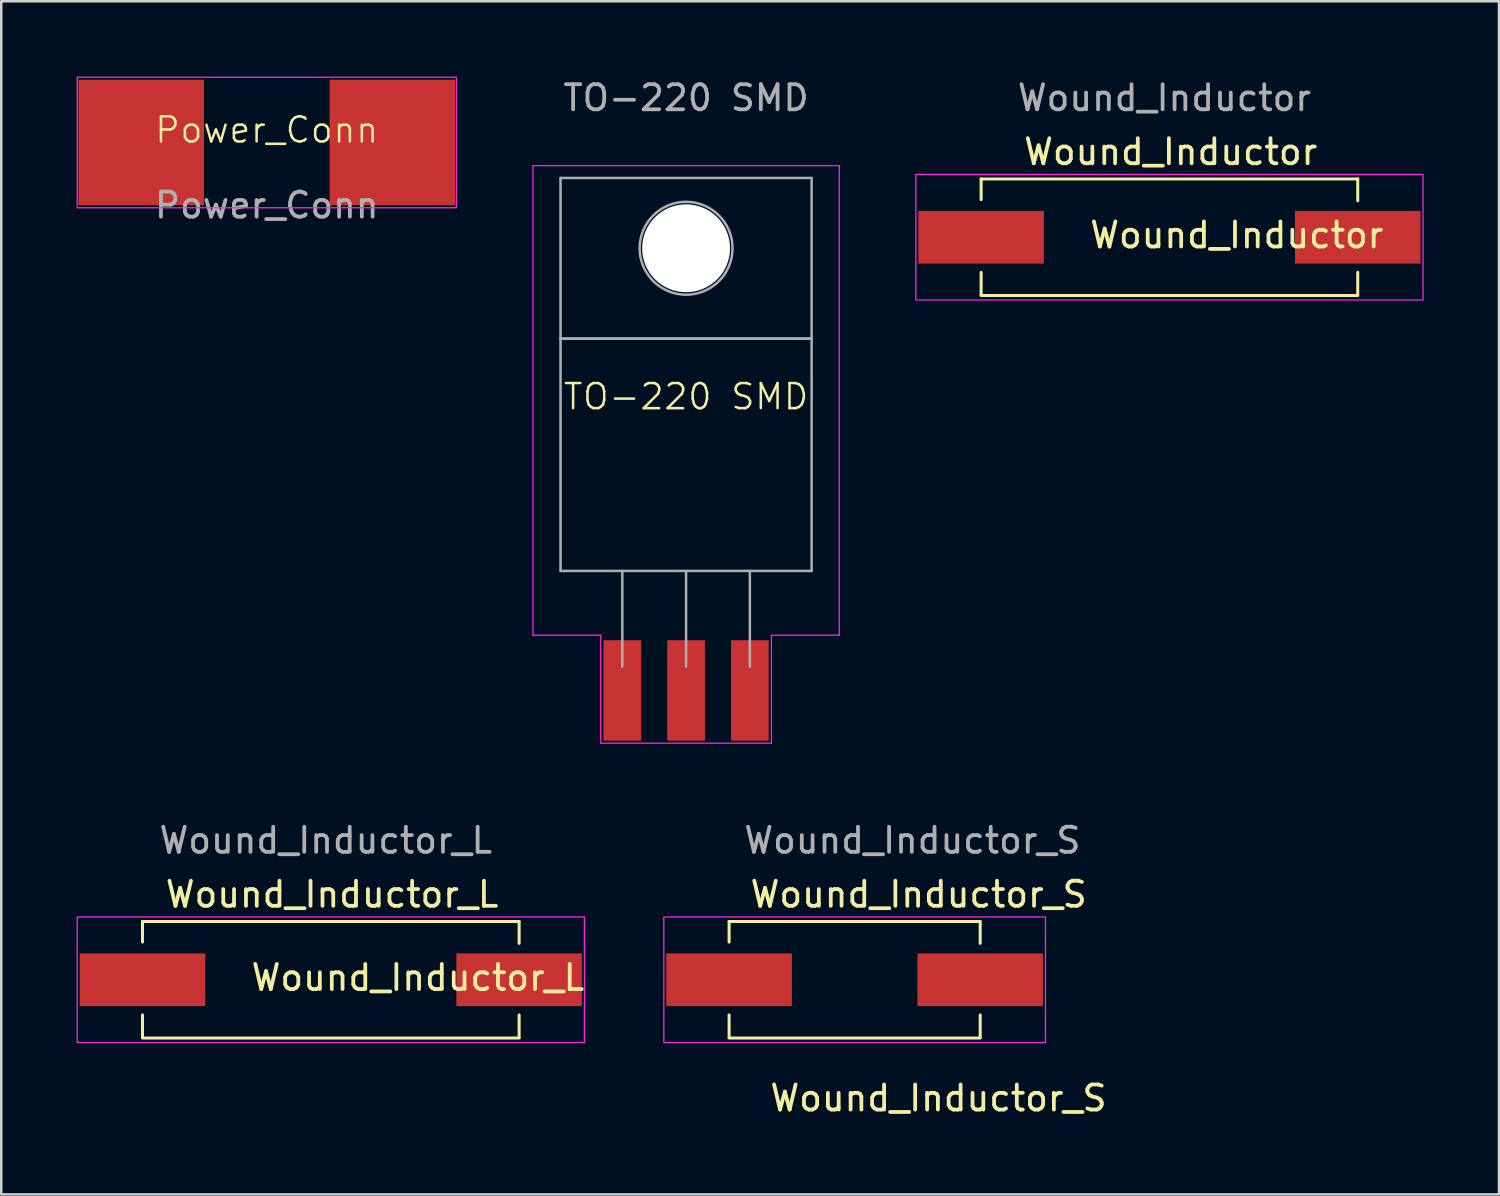
<source format=kicad_pcb>
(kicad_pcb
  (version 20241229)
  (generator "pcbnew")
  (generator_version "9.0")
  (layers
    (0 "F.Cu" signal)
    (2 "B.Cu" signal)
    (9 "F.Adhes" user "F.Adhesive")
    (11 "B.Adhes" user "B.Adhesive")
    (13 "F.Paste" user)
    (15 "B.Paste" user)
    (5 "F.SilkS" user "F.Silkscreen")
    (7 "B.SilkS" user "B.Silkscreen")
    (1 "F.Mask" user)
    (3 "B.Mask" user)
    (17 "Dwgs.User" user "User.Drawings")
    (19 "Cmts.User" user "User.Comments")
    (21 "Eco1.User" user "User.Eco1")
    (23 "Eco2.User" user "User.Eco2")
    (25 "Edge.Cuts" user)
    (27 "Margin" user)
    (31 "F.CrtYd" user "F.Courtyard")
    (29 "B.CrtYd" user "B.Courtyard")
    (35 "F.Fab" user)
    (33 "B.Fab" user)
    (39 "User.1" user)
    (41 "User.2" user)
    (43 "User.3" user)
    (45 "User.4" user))
  (footprint "TO-220 SMD"
    (layer "F.Cu")
    (at 24.275 13.248)
    (property "Reference" "TO-220 SMD" (at 0 -0.5 0) (unlocked yes) (layer "F.SilkS") (effects (font (size 1 1) (thickness 0.1))))
    (attr smd)
    (fp_line (start -6.1 -9.7) (end 6.1 -9.7) (stroke (width 0.05) (type default)) (layer "F.CrtYd"))
    (fp_line (start -6.1 9) (end -6.1 -9.7) (stroke (width 0.05) (type default)) (layer "F.CrtYd"))
    (fp_line (start -3.4 9) (end -6.1 9) (stroke (width 0.05) (type default)) (layer "F.CrtYd"))
    (fp_line (start -3.4 13.3) (end -3.4 9) (stroke (width 0.05) (type default)) (layer "F.CrtYd"))
    (fp_line (start 3.4 9) (end 3.4 13.3) (stroke (width 0.05) (type default)) (layer "F.CrtYd"))
    (fp_line (start 3.4 13.3) (end -3.4 13.3) (stroke (width 0.05) (type default)) (layer "F.CrtYd"))
    (fp_line (start 6.1 -9.7) (end 6.1 9) (stroke (width 0.05) (type default)) (layer "F.CrtYd"))
    (fp_line (start 6.1 9) (end 3.4 9) (stroke (width 0.05) (type default)) (layer "F.CrtYd"))
    (fp_line (start -5 -9.21) (end 5 -9.21) (stroke (width 0.1) (type solid)) (layer "F.Fab"))
    (fp_line (start -5 -2.81) (end -5 -9.21) (stroke (width 0.1) (type solid)) (layer "F.Fab"))
    (fp_line (start -5 -2.81) (end 5 -2.81) (stroke (width 0.1) (type solid)) (layer "F.Fab"))
    (fp_line (start -5 6.44) (end -5 -2.81) (stroke (width 0.1) (type solid)) (layer "F.Fab"))
    (fp_line (start -2.54 6.44) (end -2.54 10.25) (stroke (width 0.1) (type solid)) (layer "F.Fab"))
    (fp_line (start 0 6.44) (end 0 10.25) (stroke (width 0.1) (type solid)) (layer "F.Fab"))
    (fp_line (start 2.54 6.44) (end 2.54 10.25) (stroke (width 0.1) (type solid)) (layer "F.Fab"))
    (fp_line (start 5 -9.21) (end 5 -2.81) (stroke (width 0.1) (type solid)) (layer "F.Fab"))
    (fp_line (start 5 -2.81) (end -5 -2.81) (stroke (width 0.1) (type solid)) (layer "F.Fab"))
    (fp_line (start 5 -2.81) (end 5 6.44) (stroke (width 0.1) (type solid)) (layer "F.Fab"))
    (fp_line (start 5 6.44) (end -5 6.44) (stroke (width 0.1) (type solid)) (layer "F.Fab"))
    (fp_circle (center 0 -6.41) (end 1.85 -6.41) (stroke (width 0.1) (type solid)) (fill no) (layer "F.Fab"))
    (fp_text user "${REFERENCE}" (at 0 -12.4 0) (layer "F.Fab") (effects (font (size 1 1) (thickness 0.15))))
    (pad "" np_thru_hole oval (at 0 -6.41) (size 3.5 3.5) (drill 3.5) (layers "*.Cu" "*.Mask"))
    (pad "1" smd rect (at -2.54 11.2) (size 1.5 4) (layers "F.Cu" "F.Mask" "F.Paste"))
    (pad "2" smd rect (at 0 11.2) (size 1.5 4) (layers "F.Cu" "F.Mask" "F.Paste"))
    (pad "3" smd rect (at 2.54 11.2) (size 1.5 4) (layers "F.Cu" "F.Mask" "F.Paste")))
  (footprint "Wound_Inductor_L"
    (layer "F.Cu")
    (at 2.625 35.971)
    (property "Reference" "Wound_Inductor_L" (at 7.55 -3.4 0) (layer "F.SilkS") (effects (font (size 1 1) (thickness 0.15))))
    (property "Value" "Wound_Inductor_L" (at 7.8 3.3 0) (layer "F.Fab") (hide yes) (effects (font (size 1 1) (thickness 0.15))))
    (attr through_hole)
    (fp_line (start 0 -2.321) (end 0 -1.5) (stroke (width 0.12) (type solid)) (layer "F.SilkS"))
    (fp_line (start 0 -2.321) (end 15 -2.321) (stroke (width 0.12) (type solid)) (layer "F.SilkS"))
    (fp_line (start 0 1.4) (end 0 2.3) (stroke (width 0.12) (type solid)) (layer "F.SilkS"))
    (fp_line (start 0 2.321) (end 15 2.321) (stroke (width 0.12) (type solid)) (layer "F.SilkS"))
    (fp_line (start 15 -2.321) (end 15 -1.45) (stroke (width 0.12) (type solid)) (layer "F.SilkS"))
    (fp_line (start 15 1.4) (end 15 2.3) (stroke (width 0.12) (type solid)) (layer "F.SilkS"))
    (fp_rect (start -2.6 -2.5) (end 17.6 2.5) (stroke (width 0.05) (type default)) (fill no) (layer "F.CrtYd"))
    (fp_text user "${VALUE}" (at 4.25 0.5 0) (unlocked yes) (layer "F.SilkS") (effects (font (size 1 1) (thickness 0.15)) (justify left bottom)))
    (fp_text user "${REFERENCE}" (at 7.3 -5.55 0) (layer "F.Fab") (effects (font (size 1 1) (thickness 0.15))))
    (pad "1" smd rect (at 0 0) (size 5 2.1) (layers "F.Cu" "F.Mask" "F.Paste"))
    (pad "2" smd rect (at 15 0) (size 5 2.1) (layers "F.Cu" "F.Mask" "F.Paste")))
  (footprint "Wound_Inductor"
    (layer "F.Cu")
    (at 36.025 6.398)
    (property "Reference" "Wound_Inductor" (at 7.55 -3.4 0) (layer "F.SilkS") (effects (font (size 1 1) (thickness 0.15))))
    (property "Value" "Wound_Inductor" (at 7.8 3.3 0) (layer "F.Fab") (hide yes) (effects (font (size 1 1) (thickness 0.15))))
    (attr through_hole)
    (fp_line (start 0 -2.321) (end 0 -1.5) (stroke (width 0.12) (type solid)) (layer "F.SilkS"))
    (fp_line (start 0 -2.321) (end 15 -2.321) (stroke (width 0.12) (type solid)) (layer "F.SilkS"))
    (fp_line (start 0 1.4) (end 0 2.3) (stroke (width 0.12) (type solid)) (layer "F.SilkS"))
    (fp_line (start 0 2.321) (end 15 2.321) (stroke (width 0.12) (type solid)) (layer "F.SilkS"))
    (fp_line (start 15 -2.321) (end 15 -1.45) (stroke (width 0.12) (type solid)) (layer "F.SilkS"))
    (fp_line (start 15 1.4) (end 15 2.3) (stroke (width 0.12) (type solid)) (layer "F.SilkS"))
    (fp_rect (start -2.6 -2.5) (end 17.6 2.5) (stroke (width 0.05) (type default)) (fill no) (layer "F.CrtYd"))
    (fp_text user "${VALUE}" (at 4.25 0.5 0) (unlocked yes) (layer "F.SilkS") (effects (font (size 1 1) (thickness 0.15)) (justify left bottom)))
    (fp_text user "${REFERENCE}" (at 7.3 -5.55 0) (layer "F.Fab") (effects (font (size 1 1) (thickness 0.15))))
    (pad "1" smd rect (at 0 0) (size 5 2.1) (layers "F.Cu" "F.Mask" "F.Paste"))
    (pad "2" smd rect (at 15 0) (size 5 2.1) (layers "F.Cu" "F.Mask" "F.Paste")))
  (footprint "Wound_Inductor_S"
    (layer "F.Cu")
    (at 25.988 35.971)
    (property "Reference" "Wound_Inductor_S" (at 7.55 -3.4 0) (layer "F.SilkS") (effects (font (size 1 1) (thickness 0.15))))
    (property "Value" "Wound_Inductor_S" (at 7.8 3.3 0) (layer "F.Fab") (hide yes) (effects (font (size 1 1) (thickness 0.15))))
    (attr through_hole)
    (fp_line (start 0 -2.321) (end 0 -1.5) (stroke (width 0.12) (type solid)) (layer "F.SilkS"))
    (fp_line (start 0 -2.321) (end 10 -2.321) (stroke (width 0.12) (type solid)) (layer "F.SilkS"))
    (fp_line (start 0 1.4) (end 0 2.3) (stroke (width 0.12) (type solid)) (layer "F.SilkS"))
    (fp_line (start 0 2.321) (end 10 2.321) (stroke (width 0.12) (type solid)) (layer "F.SilkS"))
    (fp_line (start 10 -2.321) (end 10 -1.45) (stroke (width 0.12) (type solid)) (layer "F.SilkS"))
    (fp_line (start 10 1.4) (end 10 2.3) (stroke (width 0.12) (type solid)) (layer "F.SilkS"))
    (fp_rect (start -2.6 -2.5) (end 12.6 2.5) (stroke (width 0.05) (type default)) (fill no) (layer "F.CrtYd"))
    (fp_text user "${VALUE}" (at 1.55 5.3 0) (unlocked yes) (layer "F.SilkS") (effects (font (size 1 1) (thickness 0.15)) (justify left bottom)))
    (fp_text user "${REFERENCE}" (at 7.3 -5.55 0) (layer "F.Fab") (effects (font (size 1 1) (thickness 0.15))))
    (pad "1" smd rect (at 0 0) (size 5 2.1) (layers "F.Cu" "F.Mask" "F.Paste"))
    (pad "2" smd rect (at 10 0) (size 5 2.1) (layers "F.Cu" "F.Mask" "F.Paste")))
  (footprint "Power_Conn"
    (layer "F.Cu")
    (at 7.575 2.625)
    (property "Reference" "Power_Conn" (at 0 -0.5 0) (unlocked yes) (layer "F.SilkS") (effects (font (size 1 1) (thickness 0.1))))
    (attr smd)
    (fp_rect (start -7.55 -2.6) (end 7.55 2.6) (stroke (width 0.05) (type default)) (fill no) (layer "F.CrtYd"))
    (fp_text user "${REFERENCE}" (at 0 2.5 0) (unlocked yes) (layer "F.Fab") (effects (font (size 1 1) (thickness 0.15))))
    (pad "1" smd rect (at -5 0) (size 5 5) (layers "F.Cu" "F.Mask" "F.Paste"))
    (pad "2" smd rect (at 5 0) (size 5 5) (layers "F.Cu" "F.Mask" "F.Paste")))
  (gr_rect
    (start -3 -3)
    (end 56.65 44.518)
    (stroke (width 0.1) (type default))
    (fill no)
    (layer "Edge.Cuts")))
</source>
